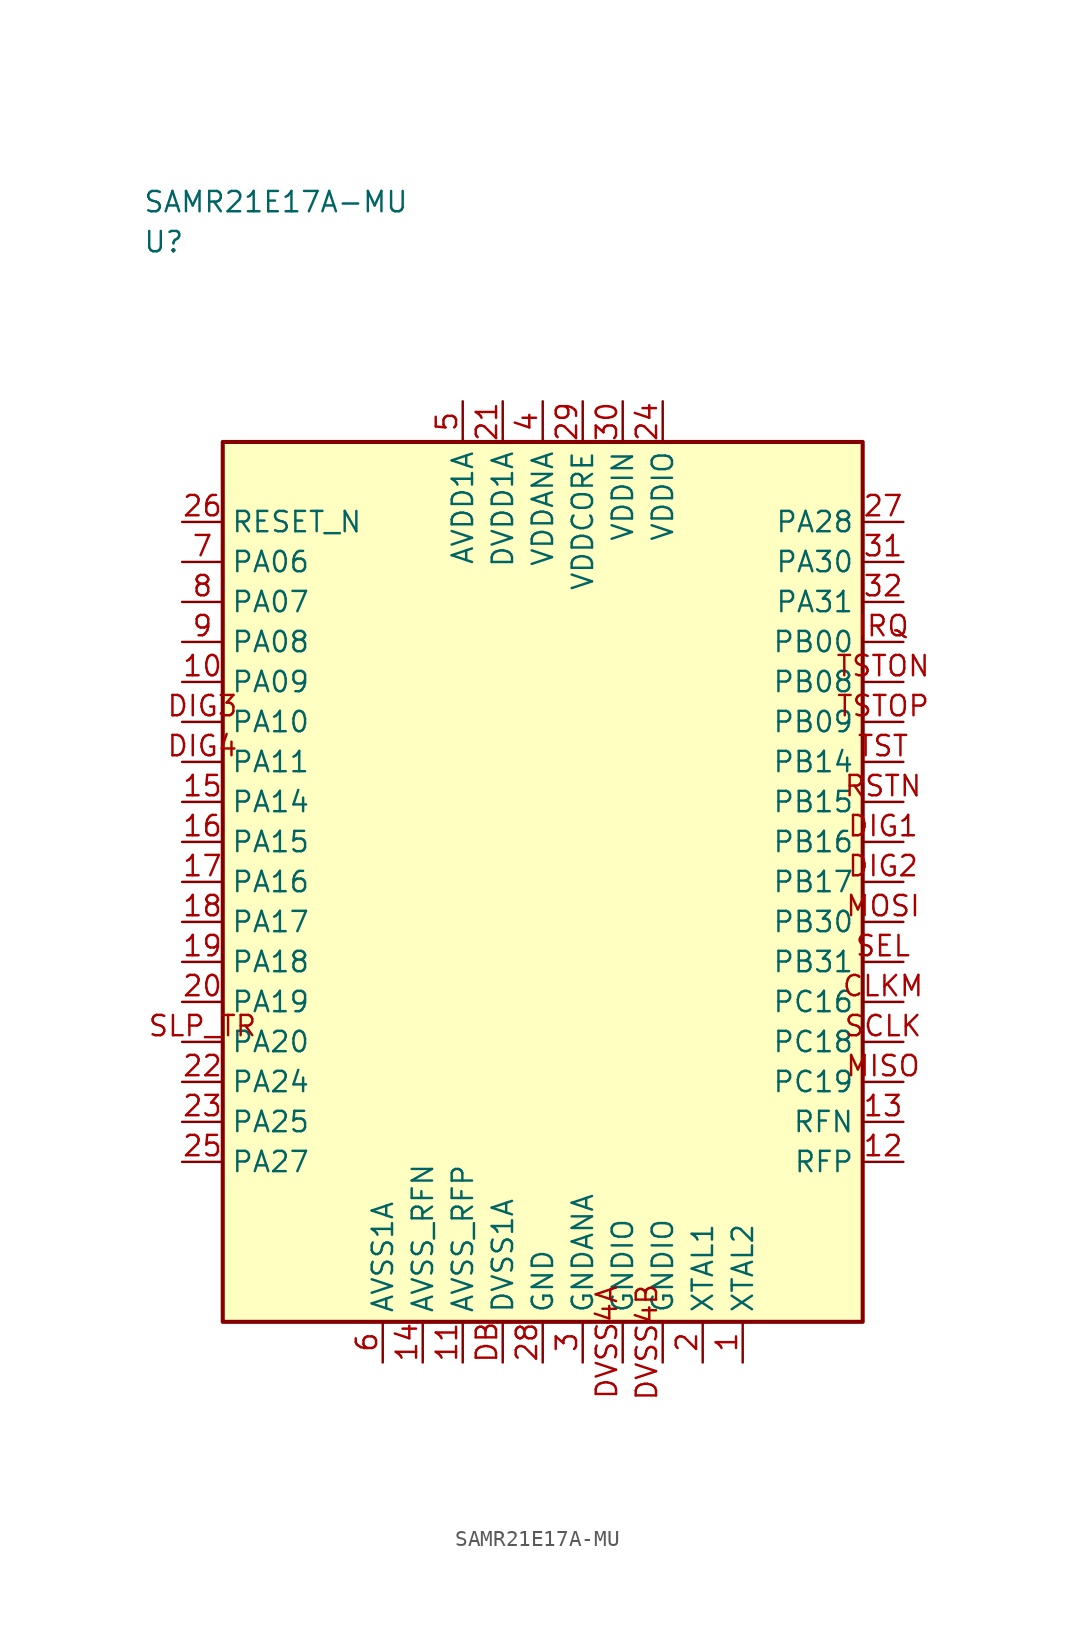
<source format=kicad_sym>
(kicad_symbol_lib
  (version 20241025)
  (generator "kicad_symbol_editor")
  (generator_version "8.0")
  (symbol "SAMR21E17A-MU"
    (property "Reference" "U"
      (at -25.0 40.0 0)
      (effects (font (size 1.27 1.27)) (justify left)))
    (property "Value" "SAMR21E17A-MU"
      (at -25.0 42.5 0)
      (effects (font (size 1.27 1.27)) (justify left)))
    (symbol "SAMR21E17A-MU_0_1"
      (rectangle (start -20.0 27.5) (end 20.0 -27.5) (stroke (width 0.254) (type default)) (fill (type background))))
    (symbol "SAMR21E17A-MU_1_1"
      (pin passive line (at 12.5 -30.04 90.0) (length 2.54) (name "XTAL2" (effects (font (size 1.27 1.27)))) (number "1" (effects (font (size 1.27 1.27)))))
      (pin passive line (at 10.0 -30.04 90.0) (length 2.54) (name "XTAL1" (effects (font (size 1.27 1.27)))) (number "2" (effects (font (size 1.27 1.27)))))
      (pin passive line (at 2.5 -30.04 90.0) (length 2.54) (name "GNDANA" (effects (font (size 1.27 1.27)))) (number "3" (effects (font (size 1.27 1.27)))))
      (pin power_in line (at 0.0 30.04 270.0) (length 2.54) (name "VDDANA" (effects (font (size 1.27 1.27)))) (number "4" (effects (font (size 1.27 1.27)))))
      (pin power_in line (at -5.0 30.04 270.0) (length 2.54) (name "AVDD1A" (effects (font (size 1.27 1.27)))) (number "5" (effects (font (size 1.27 1.27)))))
      (pin passive line (at -10.0 -30.04 90.0) (length 2.54) (name "AVSS1A" (effects (font (size 1.27 1.27)))) (number "6" (effects (font (size 1.27 1.27)))))
      (pin bidirectional line (at -22.54 20.0 0.0) (length 2.54) (name "PA06" (effects (font (size 1.27 1.27)))) (number "7" (effects (font (size 1.27 1.27)))))
      (pin bidirectional line (at -22.54 17.5 0.0) (length 2.54) (name "PA07" (effects (font (size 1.27 1.27)))) (number "8" (effects (font (size 1.27 1.27)))))
      (pin bidirectional line (at -22.54 15.0 0.0) (length 2.54) (name "PA08" (effects (font (size 1.27 1.27)))) (number "9" (effects (font (size 1.27 1.27)))))
      (pin bidirectional line (at -22.54 12.5 0.0) (length 2.54) (name "PA09" (effects (font (size 1.27 1.27)))) (number "10" (effects (font (size 1.27 1.27)))))
      (pin passive line (at -5.0 -30.04 90.0) (length 2.54) (name "AVSS_RFP" (effects (font (size 1.27 1.27)))) (number "11" (effects (font (size 1.27 1.27)))))
      (pin bidirectional line (at 22.54 -17.5 180.0) (length 2.54) (name "RFP" (effects (font (size 1.27 1.27)))) (number "12" (effects (font (size 1.27 1.27)))))
      (pin bidirectional line (at 22.54 -15.0 180.0) (length 2.54) (name "RFN" (effects (font (size 1.27 1.27)))) (number "13" (effects (font (size 1.27 1.27)))))
      (pin passive line (at -7.5 -30.04 90.0) (length 2.54) (name "AVSS_RFN" (effects (font (size 1.27 1.27)))) (number "14" (effects (font (size 1.27 1.27)))))
      (pin bidirectional line (at -22.54 5.0 0.0) (length 2.54) (name "PA14" (effects (font (size 1.27 1.27)))) (number "15" (effects (font (size 1.27 1.27)))))
      (pin bidirectional line (at -22.54 2.5 0.0) (length 2.54) (name "PA15" (effects (font (size 1.27 1.27)))) (number "16" (effects (font (size 1.27 1.27)))))
      (pin bidirectional line (at -22.54 0.0 0.0) (length 2.54) (name "PA16" (effects (font (size 1.27 1.27)))) (number "17" (effects (font (size 1.27 1.27)))))
      (pin bidirectional line (at -22.54 -2.5 0.0) (length 2.54) (name "PA17" (effects (font (size 1.27 1.27)))) (number "18" (effects (font (size 1.27 1.27)))))
      (pin bidirectional line (at -22.54 -5.0 0.0) (length 2.54) (name "PA18" (effects (font (size 1.27 1.27)))) (number "19" (effects (font (size 1.27 1.27)))))
      (pin bidirectional line (at -22.54 -7.5 0.0) (length 2.54) (name "PA19" (effects (font (size 1.27 1.27)))) (number "20" (effects (font (size 1.27 1.27)))))
      (pin power_in line (at -2.5 30.04 270.0) (length 2.54) (name "DVDD1A" (effects (font (size 1.27 1.27)))) (number "21" (effects (font (size 1.27 1.27)))))
      (pin bidirectional line (at -22.54 -12.5 0.0) (length 2.54) (name "PA24" (effects (font (size 1.27 1.27)))) (number "22" (effects (font (size 1.27 1.27)))))
      (pin bidirectional line (at -22.54 -15.0 0.0) (length 2.54) (name "PA25" (effects (font (size 1.27 1.27)))) (number "23" (effects (font (size 1.27 1.27)))))
      (pin power_in line (at 7.5 30.04 270.0) (length 2.54) (name "VDDIO" (effects (font (size 1.27 1.27)))) (number "24" (effects (font (size 1.27 1.27)))))
      (pin bidirectional line (at -22.54 -17.5 0.0) (length 2.54) (name "PA27" (effects (font (size 1.27 1.27)))) (number "25" (effects (font (size 1.27 1.27)))))
      (pin input line (at -22.54 22.5 0.0) (length 2.54) (name "RESET_N" (effects (font (size 1.27 1.27)))) (number "26" (effects (font (size 1.27 1.27)))))
      (pin bidirectional line (at 22.54 22.5 180.0) (length 2.54) (name "PA28" (effects (font (size 1.27 1.27)))) (number "27" (effects (font (size 1.27 1.27)))))
      (pin passive line (at 0.0 -30.04 90.0) (length 2.54) (name "GND" (effects (font (size 1.27 1.27)))) (number "28" (effects (font (size 1.27 1.27)))))
      (pin power_in line (at 2.5 30.04 270.0) (length 2.54) (name "VDDCORE" (effects (font (size 1.27 1.27)))) (number "29" (effects (font (size 1.27 1.27)))))
      (pin power_in line (at 5.0 30.04 270.0) (length 2.54) (name "VDDIN" (effects (font (size 1.27 1.27)))) (number "30" (effects (font (size 1.27 1.27)))))
      (pin bidirectional line (at 22.54 20.0 180.0) (length 2.54) (name "PA30" (effects (font (size 1.27 1.27)))) (number "31" (effects (font (size 1.27 1.27)))))
      (pin bidirectional line (at 22.54 17.5 180.0) (length 2.54) (name "PA31" (effects (font (size 1.27 1.27)))) (number "32" (effects (font (size 1.27 1.27)))))
      (pin bidirectional line (at 22.54 -7.5 180.0) (length 2.54) (name "PC16" (effects (font (size 1.27 1.27)))) (number "CLKM" (effects (font (size 1.27 1.27)))))
      (pin passive line (at -2.5 -30.04 90.0) (length 2.54) (name "DVSS1A" (effects (font (size 1.27 1.27)))) (number "DB" (effects (font (size 1.27 1.27)))))
      (pin bidirectional line (at 22.54 2.5 180.0) (length 2.54) (name "PB16" (effects (font (size 1.27 1.27)))) (number "DIG1" (effects (font (size 1.27 1.27)))))
      (pin bidirectional line (at 22.54 0.0 180.0) (length 2.54) (name "PB17" (effects (font (size 1.27 1.27)))) (number "DIG2" (effects (font (size 1.27 1.27)))))
      (pin bidirectional line (at -22.54 10.0 0.0) (length 2.54) (name "PA10" (effects (font (size 1.27 1.27)))) (number "DIG3" (effects (font (size 1.27 1.27)))))
      (pin bidirectional line (at -22.54 7.5 0.0) (length 2.54) (name "PA11" (effects (font (size 1.27 1.27)))) (number "DIG4" (effects (font (size 1.27 1.27)))))
      (pin passive line (at 5.0 -30.04 90.0) (length 2.54) (name "GNDIO" (effects (font (size 1.27 1.27)))) (number "DVSS4A" (effects (font (size 1.27 1.27)))))
      (pin passive line (at 7.5 -30.04 90.0) (length 2.54) (name "GNDIO" (effects (font (size 1.27 1.27)))) (number "DVSS4B" (effects (font (size 1.27 1.27)))))
      (pin bidirectional line (at 22.54 15.0 180.0) (length 2.54) (name "PB00" (effects (font (size 1.27 1.27)))) (number "IRQ" (effects (font (size 1.27 1.27)))))
      (pin bidirectional line (at 22.54 -12.5 180.0) (length 2.54) (name "PC19" (effects (font (size 1.27 1.27)))) (number "MISO" (effects (font (size 1.27 1.27)))))
      (pin bidirectional line (at 22.54 -2.5 180.0) (length 2.54) (name "PB30" (effects (font (size 1.27 1.27)))) (number "MOSI" (effects (font (size 1.27 1.27)))))
      (pin bidirectional line (at 22.54 5.0 180.0) (length 2.54) (name "PB15" (effects (font (size 1.27 1.27)))) (number "RSTN" (effects (font (size 1.27 1.27)))))
      (pin bidirectional line (at 22.54 -10.0 180.0) (length 2.54) (name "PC18" (effects (font (size 1.27 1.27)))) (number "SCLK" (effects (font (size 1.27 1.27)))))
      (pin bidirectional line (at 22.54 -5.0 180.0) (length 2.54) (name "PB31" (effects (font (size 1.27 1.27)))) (number "SEL" (effects (font (size 1.27 1.27)))))
      (pin bidirectional line (at -22.54 -10.0 0.0) (length 2.54) (name "PA20" (effects (font (size 1.27 1.27)))) (number "SLP_TR" (effects (font (size 1.27 1.27)))))
      (pin bidirectional line (at 22.54 7.5 180.0) (length 2.54) (name "PB14" (effects (font (size 1.27 1.27)))) (number "TST" (effects (font (size 1.27 1.27)))))
      (pin bidirectional line (at 22.54 12.5 180.0) (length 2.54) (name "PB08" (effects (font (size 1.27 1.27)))) (number "TSTON" (effects (font (size 1.27 1.27)))))
      (pin bidirectional line (at 22.54 10.0 180.0) (length 2.54) (name "PB09" (effects (font (size 1.27 1.27)))) (number "TSTOP" (effects (font (size 1.27 1.27))))))))
</source>
